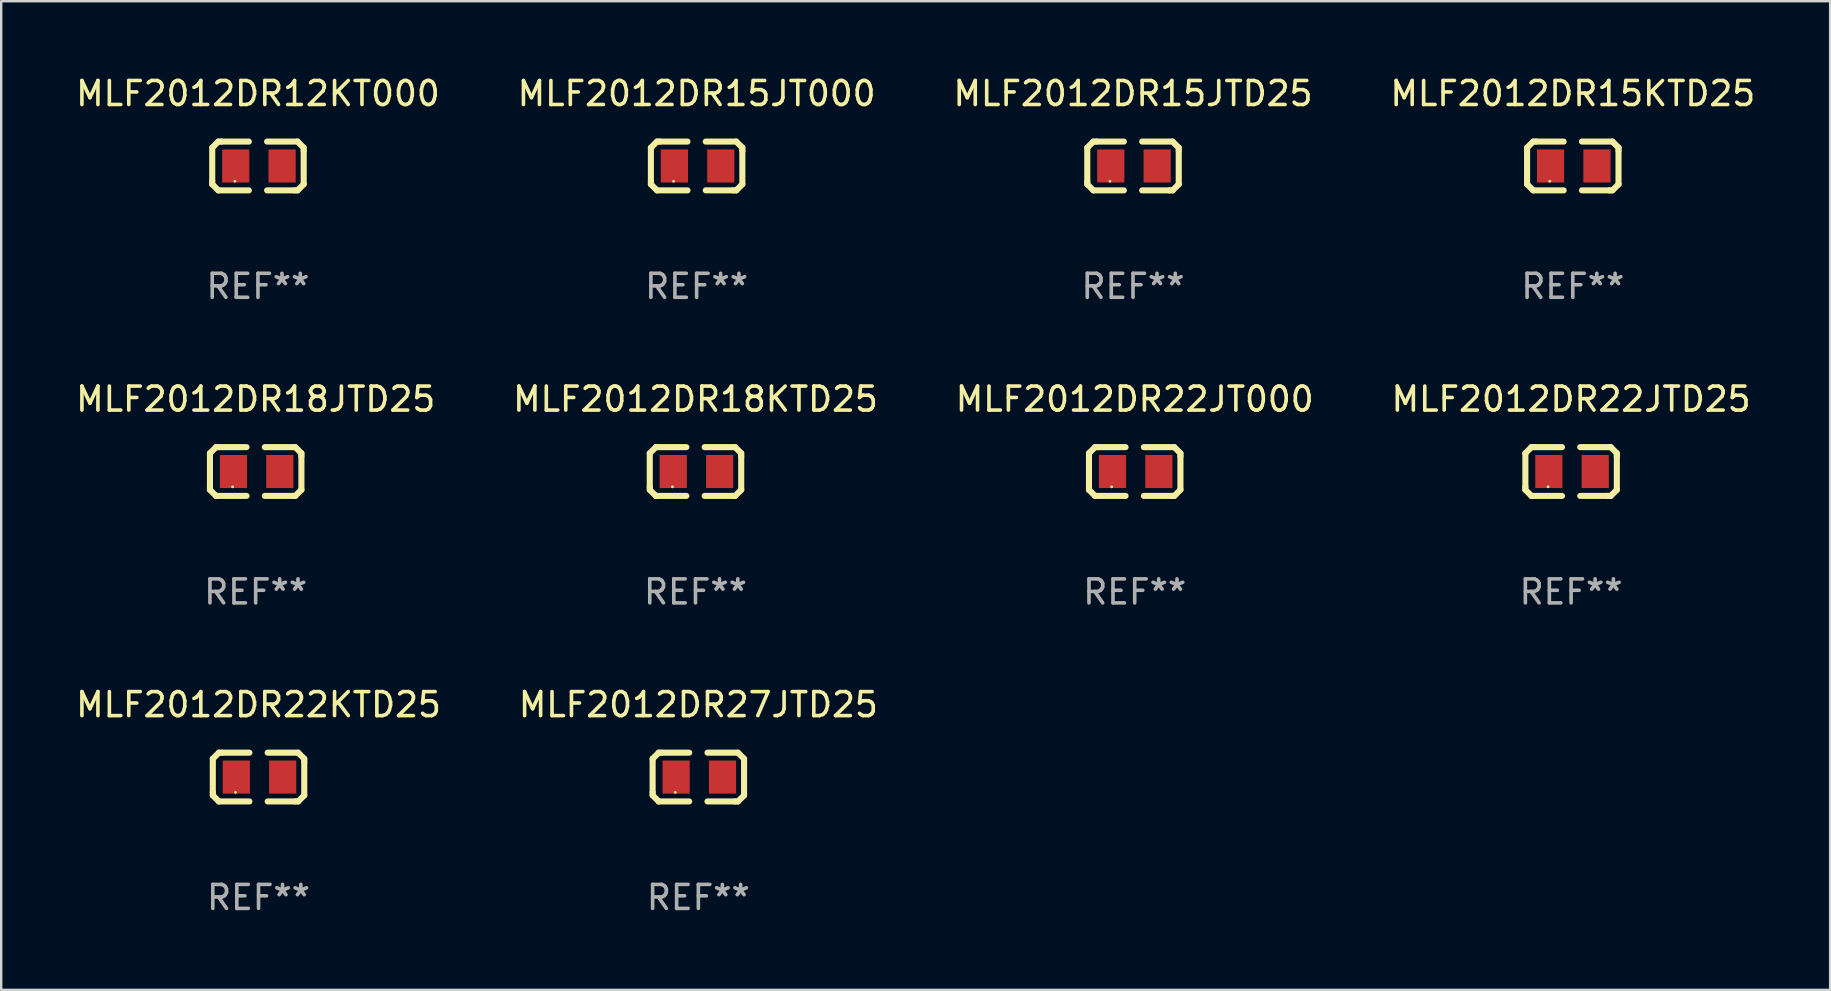
<source format=kicad_pcb>
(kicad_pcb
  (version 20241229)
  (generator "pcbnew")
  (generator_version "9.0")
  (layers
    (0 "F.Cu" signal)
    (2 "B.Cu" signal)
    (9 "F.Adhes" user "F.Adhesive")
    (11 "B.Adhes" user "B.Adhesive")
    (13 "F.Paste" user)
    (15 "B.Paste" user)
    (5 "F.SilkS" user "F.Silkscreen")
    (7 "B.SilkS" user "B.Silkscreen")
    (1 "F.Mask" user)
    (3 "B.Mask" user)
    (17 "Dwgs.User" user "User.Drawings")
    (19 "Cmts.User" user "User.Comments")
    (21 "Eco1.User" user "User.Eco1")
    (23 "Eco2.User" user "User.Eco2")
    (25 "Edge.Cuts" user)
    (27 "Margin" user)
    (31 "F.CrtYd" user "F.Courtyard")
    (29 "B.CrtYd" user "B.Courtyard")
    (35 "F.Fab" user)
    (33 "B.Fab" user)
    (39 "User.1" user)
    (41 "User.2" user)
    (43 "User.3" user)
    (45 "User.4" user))
  (footprint "MLF2012DR22JTD25"
    (layer "F.Cu")
    (at 62.399 16.593)
    (property "Reference" "MLF2012DR22JTD25" (at 0 -3.016 0) (layer "F.SilkS") (effects (font (size 1 1) (thickness 0.15))))
    (attr through_hole)
    (fp_line (start -1.905 -0.762) (end -1.905 0.635) (stroke (width 0.254) (type solid)) (layer "F.SilkS"))
    (fp_line (start -1.905 0.635) (end -1.905 0.762) (stroke (width 0.254) (type solid)) (layer "F.SilkS"))
    (fp_line (start -1.905 0.762) (end -1.651 1.016) (stroke (width 0.254) (type solid)) (layer "F.SilkS"))
    (fp_line (start -1.651 -1.016) (end -1.905 -0.762) (stroke (width 0.254) (type solid)) (layer "F.SilkS"))
    (fp_line (start -1.651 1.016) (end -0.381 1.016) (stroke (width 0.254) (type solid)) (layer "F.SilkS"))
    (fp_line (start -1.524 -1.016) (end -1.651 -1.016) (stroke (width 0.254) (type solid)) (layer "F.SilkS"))
    (fp_line (start -0.381 -1.016) (end -1.524 -1.016) (stroke (width 0.254) (type solid)) (layer "F.SilkS"))
    (fp_line (start 0.381 1.016) (end 1.524 1.016) (stroke (width 0.254) (type solid)) (layer "F.SilkS"))
    (fp_line (start 1.524 1.016) (end 1.651 1.016) (stroke (width 0.254) (type solid)) (layer "F.SilkS"))
    (fp_line (start 1.651 -1.016) (end 0.381 -1.016) (stroke (width 0.254) (type solid)) (layer "F.SilkS"))
    (fp_line (start 1.651 1.016) (end 1.905 0.762) (stroke (width 0.254) (type solid)) (layer "F.SilkS"))
    (fp_line (start 1.905 -0.762) (end 1.651 -1.016) (stroke (width 0.254) (type solid)) (layer "F.SilkS"))
    (fp_line (start 1.905 -0.635) (end 1.905 -0.762) (stroke (width 0.254) (type solid)) (layer "F.SilkS"))
    (fp_line (start 1.905 0.762) (end 1.905 -0.635) (stroke (width 0.254) (type solid)) (layer "F.SilkS"))
    (fp_circle (center -0.96 0.637) (end -0.93 0.637) (stroke (width 0.06) (type solid)) (fill no) (layer "F.SilkS"))
    (fp_text user "REF**" (at 0 5.016 0) (layer "F.Fab") (effects (font (size 1 1) (thickness 0.15))))
    (pad "1" smd rect (at -0.926 -0.000051) (size 1.133 1.377) (layers "F.Cu" "F.Mask" "F.Paste"))
    (pad "2" smd rect (at 1.006 -0.000051) (size 1.133 1.377) (layers "F.Cu" "F.Mask" "F.Paste")))
  (footprint "MLF2012DR27JTD25"
    (layer "F.Cu")
    (at 26.042 29.321)
    (property "Reference" "MLF2012DR27JTD25" (at 0 -3.016 0) (layer "F.SilkS") (effects (font (size 1 1) (thickness 0.15))))
    (attr through_hole)
    (fp_line (start -1.905 -0.762) (end -1.905 0.635) (stroke (width 0.254) (type solid)) (layer "F.SilkS"))
    (fp_line (start -1.905 0.635) (end -1.905 0.762) (stroke (width 0.254) (type solid)) (layer "F.SilkS"))
    (fp_line (start -1.905 0.762) (end -1.651 1.016) (stroke (width 0.254) (type solid)) (layer "F.SilkS"))
    (fp_line (start -1.651 -1.016) (end -1.905 -0.762) (stroke (width 0.254) (type solid)) (layer "F.SilkS"))
    (fp_line (start -1.651 1.016) (end -0.381 1.016) (stroke (width 0.254) (type solid)) (layer "F.SilkS"))
    (fp_line (start -1.524 -1.016) (end -1.651 -1.016) (stroke (width 0.254) (type solid)) (layer "F.SilkS"))
    (fp_line (start -0.381 -1.016) (end -1.524 -1.016) (stroke (width 0.254) (type solid)) (layer "F.SilkS"))
    (fp_line (start 0.381 1.016) (end 1.524 1.016) (stroke (width 0.254) (type solid)) (layer "F.SilkS"))
    (fp_line (start 1.524 1.016) (end 1.651 1.016) (stroke (width 0.254) (type solid)) (layer "F.SilkS"))
    (fp_line (start 1.651 -1.016) (end 0.381 -1.016) (stroke (width 0.254) (type solid)) (layer "F.SilkS"))
    (fp_line (start 1.651 1.016) (end 1.905 0.762) (stroke (width 0.254) (type solid)) (layer "F.SilkS"))
    (fp_line (start 1.905 -0.762) (end 1.651 -1.016) (stroke (width 0.254) (type solid)) (layer "F.SilkS"))
    (fp_line (start 1.905 -0.635) (end 1.905 -0.762) (stroke (width 0.254) (type solid)) (layer "F.SilkS"))
    (fp_line (start 1.905 0.762) (end 1.905 -0.635) (stroke (width 0.254) (type solid)) (layer "F.SilkS"))
    (fp_circle (center -0.96 0.637) (end -0.93 0.637) (stroke (width 0.06) (type solid)) (fill no) (layer "F.SilkS"))
    (fp_text user "REF**" (at 0 5.016 0) (layer "F.Fab") (effects (font (size 1 1) (thickness 0.15))))
    (pad "1" smd rect (at -0.926 -0.000051) (size 1.133 1.377) (layers "F.Cu" "F.Mask" "F.Paste"))
    (pad "2" smd rect (at 1.006 -0.000051) (size 1.133 1.377) (layers "F.Cu" "F.Mask" "F.Paste")))
  (footprint "MLF2012DR18KTD25"
    (layer "F.Cu")
    (at 25.923 16.593)
    (property "Reference" "MLF2012DR18KTD25" (at 0 -3.016 0) (layer "F.SilkS") (effects (font (size 1 1) (thickness 0.15))))
    (attr through_hole)
    (fp_line (start -1.905 -0.762) (end -1.905 0.635) (stroke (width 0.254) (type solid)) (layer "F.SilkS"))
    (fp_line (start -1.905 0.635) (end -1.905 0.762) (stroke (width 0.254) (type solid)) (layer "F.SilkS"))
    (fp_line (start -1.905 0.762) (end -1.651 1.016) (stroke (width 0.254) (type solid)) (layer "F.SilkS"))
    (fp_line (start -1.651 -1.016) (end -1.905 -0.762) (stroke (width 0.254) (type solid)) (layer "F.SilkS"))
    (fp_line (start -1.651 1.016) (end -0.381 1.016) (stroke (width 0.254) (type solid)) (layer "F.SilkS"))
    (fp_line (start -1.524 -1.016) (end -1.651 -1.016) (stroke (width 0.254) (type solid)) (layer "F.SilkS"))
    (fp_line (start -0.381 -1.016) (end -1.524 -1.016) (stroke (width 0.254) (type solid)) (layer "F.SilkS"))
    (fp_line (start 0.381 1.016) (end 1.524 1.016) (stroke (width 0.254) (type solid)) (layer "F.SilkS"))
    (fp_line (start 1.524 1.016) (end 1.651 1.016) (stroke (width 0.254) (type solid)) (layer "F.SilkS"))
    (fp_line (start 1.651 -1.016) (end 0.381 -1.016) (stroke (width 0.254) (type solid)) (layer "F.SilkS"))
    (fp_line (start 1.651 1.016) (end 1.905 0.762) (stroke (width 0.254) (type solid)) (layer "F.SilkS"))
    (fp_line (start 1.905 -0.762) (end 1.651 -1.016) (stroke (width 0.254) (type solid)) (layer "F.SilkS"))
    (fp_line (start 1.905 -0.635) (end 1.905 -0.762) (stroke (width 0.254) (type solid)) (layer "F.SilkS"))
    (fp_line (start 1.905 0.762) (end 1.905 -0.635) (stroke (width 0.254) (type solid)) (layer "F.SilkS"))
    (fp_circle (center -0.96 0.637) (end -0.93 0.637) (stroke (width 0.06) (type solid)) (fill no) (layer "F.SilkS"))
    (fp_text user "REF**" (at 0 5.016 0) (layer "F.Fab") (effects (font (size 1 1) (thickness 0.15))))
    (pad "1" smd rect (at -0.926 -0.000051) (size 1.133 1.377) (layers "F.Cu" "F.Mask" "F.Paste"))
    (pad "2" smd rect (at 1.006 -0.000051) (size 1.133 1.377) (layers "F.Cu" "F.Mask" "F.Paste")))
  (footprint "MLF2012DR18JTD25"
    (layer "F.Cu")
    (at 7.601 16.593)
    (property "Reference" "MLF2012DR18JTD25" (at 0 -3.016 0) (layer "F.SilkS") (effects (font (size 1 1) (thickness 0.15))))
    (attr through_hole)
    (fp_line (start -1.905 -0.762) (end -1.905 0.635) (stroke (width 0.254) (type solid)) (layer "F.SilkS"))
    (fp_line (start -1.905 0.635) (end -1.905 0.762) (stroke (width 0.254) (type solid)) (layer "F.SilkS"))
    (fp_line (start -1.905 0.762) (end -1.651 1.016) (stroke (width 0.254) (type solid)) (layer "F.SilkS"))
    (fp_line (start -1.651 -1.016) (end -1.905 -0.762) (stroke (width 0.254) (type solid)) (layer "F.SilkS"))
    (fp_line (start -1.651 1.016) (end -0.381 1.016) (stroke (width 0.254) (type solid)) (layer "F.SilkS"))
    (fp_line (start -1.524 -1.016) (end -1.651 -1.016) (stroke (width 0.254) (type solid)) (layer "F.SilkS"))
    (fp_line (start -0.381 -1.016) (end -1.524 -1.016) (stroke (width 0.254) (type solid)) (layer "F.SilkS"))
    (fp_line (start 0.381 1.016) (end 1.524 1.016) (stroke (width 0.254) (type solid)) (layer "F.SilkS"))
    (fp_line (start 1.524 1.016) (end 1.651 1.016) (stroke (width 0.254) (type solid)) (layer "F.SilkS"))
    (fp_line (start 1.651 -1.016) (end 0.381 -1.016) (stroke (width 0.254) (type solid)) (layer "F.SilkS"))
    (fp_line (start 1.651 1.016) (end 1.905 0.762) (stroke (width 0.254) (type solid)) (layer "F.SilkS"))
    (fp_line (start 1.905 -0.762) (end 1.651 -1.016) (stroke (width 0.254) (type solid)) (layer "F.SilkS"))
    (fp_line (start 1.905 -0.635) (end 1.905 -0.762) (stroke (width 0.254) (type solid)) (layer "F.SilkS"))
    (fp_line (start 1.905 0.762) (end 1.905 -0.635) (stroke (width 0.254) (type solid)) (layer "F.SilkS"))
    (fp_circle (center -0.96 0.637) (end -0.93 0.637) (stroke (width 0.06) (type solid)) (fill no) (layer "F.SilkS"))
    (fp_text user "REF**" (at 0 5.016 0) (layer "F.Fab") (effects (font (size 1 1) (thickness 0.15))))
    (pad "1" smd rect (at -0.926 -0.000051) (size 1.133 1.377) (layers "F.Cu" "F.Mask" "F.Paste"))
    (pad "2" smd rect (at 1.006 -0.000051) (size 1.133 1.377) (layers "F.Cu" "F.Mask" "F.Paste")))
  (footprint "MLF2012DR22JT000"
    (layer "F.Cu")
    (at 44.22 16.593)
    (property "Reference" "MLF2012DR22JT000" (at 0 -3.016 0) (layer "F.SilkS") (effects (font (size 1 1) (thickness 0.15))))
    (attr through_hole)
    (fp_line (start -1.905 -0.762) (end -1.905 0.635) (stroke (width 0.254) (type solid)) (layer "F.SilkS"))
    (fp_line (start -1.905 0.635) (end -1.905 0.762) (stroke (width 0.254) (type solid)) (layer "F.SilkS"))
    (fp_line (start -1.905 0.762) (end -1.651 1.016) (stroke (width 0.254) (type solid)) (layer "F.SilkS"))
    (fp_line (start -1.651 -1.016) (end -1.905 -0.762) (stroke (width 0.254) (type solid)) (layer "F.SilkS"))
    (fp_line (start -1.651 1.016) (end -0.381 1.016) (stroke (width 0.254) (type solid)) (layer "F.SilkS"))
    (fp_line (start -1.524 -1.016) (end -1.651 -1.016) (stroke (width 0.254) (type solid)) (layer "F.SilkS"))
    (fp_line (start -0.381 -1.016) (end -1.524 -1.016) (stroke (width 0.254) (type solid)) (layer "F.SilkS"))
    (fp_line (start 0.381 1.016) (end 1.524 1.016) (stroke (width 0.254) (type solid)) (layer "F.SilkS"))
    (fp_line (start 1.524 1.016) (end 1.651 1.016) (stroke (width 0.254) (type solid)) (layer "F.SilkS"))
    (fp_line (start 1.651 -1.016) (end 0.381 -1.016) (stroke (width 0.254) (type solid)) (layer "F.SilkS"))
    (fp_line (start 1.651 1.016) (end 1.905 0.762) (stroke (width 0.254) (type solid)) (layer "F.SilkS"))
    (fp_line (start 1.905 -0.762) (end 1.651 -1.016) (stroke (width 0.254) (type solid)) (layer "F.SilkS"))
    (fp_line (start 1.905 -0.635) (end 1.905 -0.762) (stroke (width 0.254) (type solid)) (layer "F.SilkS"))
    (fp_line (start 1.905 0.762) (end 1.905 -0.635) (stroke (width 0.254) (type solid)) (layer "F.SilkS"))
    (fp_circle (center -0.96 0.637) (end -0.93 0.637) (stroke (width 0.06) (type solid)) (fill no) (layer "F.SilkS"))
    (fp_text user "REF**" (at 0 5.016 0) (layer "F.Fab") (effects (font (size 1 1) (thickness 0.15))))
    (pad "1" smd rect (at -0.926 -0.000051) (size 1.133 1.377) (layers "F.Cu" "F.Mask" "F.Paste"))
    (pad "2" smd rect (at 1.006 -0.000051) (size 1.133 1.377) (layers "F.Cu" "F.Mask" "F.Paste")))
  (footprint "MLF2012DR15JTD25"
    (layer "F.Cu")
    (at 44.149 3.864)
    (property "Reference" "MLF2012DR15JTD25" (at 0 -3.016 0) (layer "F.SilkS") (effects (font (size 1 1) (thickness 0.15))))
    (attr through_hole)
    (fp_line (start -1.905 -0.762) (end -1.905 0.635) (stroke (width 0.254) (type solid)) (layer "F.SilkS"))
    (fp_line (start -1.905 0.635) (end -1.905 0.762) (stroke (width 0.254) (type solid)) (layer "F.SilkS"))
    (fp_line (start -1.905 0.762) (end -1.651 1.016) (stroke (width 0.254) (type solid)) (layer "F.SilkS"))
    (fp_line (start -1.651 -1.016) (end -1.905 -0.762) (stroke (width 0.254) (type solid)) (layer "F.SilkS"))
    (fp_line (start -1.651 1.016) (end -0.381 1.016) (stroke (width 0.254) (type solid)) (layer "F.SilkS"))
    (fp_line (start -1.524 -1.016) (end -1.651 -1.016) (stroke (width 0.254) (type solid)) (layer "F.SilkS"))
    (fp_line (start -0.381 -1.016) (end -1.524 -1.016) (stroke (width 0.254) (type solid)) (layer "F.SilkS"))
    (fp_line (start 0.381 1.016) (end 1.524 1.016) (stroke (width 0.254) (type solid)) (layer "F.SilkS"))
    (fp_line (start 1.524 1.016) (end 1.651 1.016) (stroke (width 0.254) (type solid)) (layer "F.SilkS"))
    (fp_line (start 1.651 -1.016) (end 0.381 -1.016) (stroke (width 0.254) (type solid)) (layer "F.SilkS"))
    (fp_line (start 1.651 1.016) (end 1.905 0.762) (stroke (width 0.254) (type solid)) (layer "F.SilkS"))
    (fp_line (start 1.905 -0.762) (end 1.651 -1.016) (stroke (width 0.254) (type solid)) (layer "F.SilkS"))
    (fp_line (start 1.905 -0.635) (end 1.905 -0.762) (stroke (width 0.254) (type solid)) (layer "F.SilkS"))
    (fp_line (start 1.905 0.762) (end 1.905 -0.635) (stroke (width 0.254) (type solid)) (layer "F.SilkS"))
    (fp_circle (center -0.96 0.637) (end -0.93 0.637) (stroke (width 0.06) (type solid)) (fill no) (layer "F.SilkS"))
    (fp_text user "REF**" (at 0 5.016 0) (layer "F.Fab") (effects (font (size 1 1) (thickness 0.15))))
    (pad "1" smd rect (at -0.926 -0.000051) (size 1.133 1.377) (layers "F.Cu" "F.Mask" "F.Paste"))
    (pad "2" smd rect (at 1.006 -0.000051) (size 1.133 1.377) (layers "F.Cu" "F.Mask" "F.Paste")))
  (footprint "MLF2012DR12KT000"
    (layer "F.Cu")
    (at 7.696 3.864)
    (property "Reference" "MLF2012DR12KT000" (at 0 -3.016 0) (layer "F.SilkS") (effects (font (size 1 1) (thickness 0.15))))
    (attr through_hole)
    (fp_line (start -1.905 -0.762) (end -1.905 0.635) (stroke (width 0.254) (type solid)) (layer "F.SilkS"))
    (fp_line (start -1.905 0.635) (end -1.905 0.762) (stroke (width 0.254) (type solid)) (layer "F.SilkS"))
    (fp_line (start -1.905 0.762) (end -1.651 1.016) (stroke (width 0.254) (type solid)) (layer "F.SilkS"))
    (fp_line (start -1.651 -1.016) (end -1.905 -0.762) (stroke (width 0.254) (type solid)) (layer "F.SilkS"))
    (fp_line (start -1.651 1.016) (end -0.381 1.016) (stroke (width 0.254) (type solid)) (layer "F.SilkS"))
    (fp_line (start -1.524 -1.016) (end -1.651 -1.016) (stroke (width 0.254) (type solid)) (layer "F.SilkS"))
    (fp_line (start -0.381 -1.016) (end -1.524 -1.016) (stroke (width 0.254) (type solid)) (layer "F.SilkS"))
    (fp_line (start 0.381 1.016) (end 1.524 1.016) (stroke (width 0.254) (type solid)) (layer "F.SilkS"))
    (fp_line (start 1.524 1.016) (end 1.651 1.016) (stroke (width 0.254) (type solid)) (layer "F.SilkS"))
    (fp_line (start 1.651 -1.016) (end 0.381 -1.016) (stroke (width 0.254) (type solid)) (layer "F.SilkS"))
    (fp_line (start 1.651 1.016) (end 1.905 0.762) (stroke (width 0.254) (type solid)) (layer "F.SilkS"))
    (fp_line (start 1.905 -0.762) (end 1.651 -1.016) (stroke (width 0.254) (type solid)) (layer "F.SilkS"))
    (fp_line (start 1.905 -0.635) (end 1.905 -0.762) (stroke (width 0.254) (type solid)) (layer "F.SilkS"))
    (fp_line (start 1.905 0.762) (end 1.905 -0.635) (stroke (width 0.254) (type solid)) (layer "F.SilkS"))
    (fp_circle (center -0.96 0.637) (end -0.93 0.637) (stroke (width 0.06) (type solid)) (fill no) (layer "F.SilkS"))
    (fp_text user "REF**" (at 0 5.016 0) (layer "F.Fab") (effects (font (size 1 1) (thickness 0.15))))
    (pad "1" smd rect (at -0.926 -0.000051) (size 1.133 1.377) (layers "F.Cu" "F.Mask" "F.Paste"))
    (pad "2" smd rect (at 1.006 -0.000051) (size 1.133 1.377) (layers "F.Cu" "F.Mask" "F.Paste")))
  (footprint "MLF2012DR22KTD25"
    (layer "F.Cu")
    (at 7.72 29.321)
    (property "Reference" "MLF2012DR22KTD25" (at 0 -3.016 0) (layer "F.SilkS") (effects (font (size 1 1) (thickness 0.15))))
    (attr through_hole)
    (fp_line (start -1.905 -0.762) (end -1.905 0.635) (stroke (width 0.254) (type solid)) (layer "F.SilkS"))
    (fp_line (start -1.905 0.635) (end -1.905 0.762) (stroke (width 0.254) (type solid)) (layer "F.SilkS"))
    (fp_line (start -1.905 0.762) (end -1.651 1.016) (stroke (width 0.254) (type solid)) (layer "F.SilkS"))
    (fp_line (start -1.651 -1.016) (end -1.905 -0.762) (stroke (width 0.254) (type solid)) (layer "F.SilkS"))
    (fp_line (start -1.651 1.016) (end -0.381 1.016) (stroke (width 0.254) (type solid)) (layer "F.SilkS"))
    (fp_line (start -1.524 -1.016) (end -1.651 -1.016) (stroke (width 0.254) (type solid)) (layer "F.SilkS"))
    (fp_line (start -0.381 -1.016) (end -1.524 -1.016) (stroke (width 0.254) (type solid)) (layer "F.SilkS"))
    (fp_line (start 0.381 1.016) (end 1.524 1.016) (stroke (width 0.254) (type solid)) (layer "F.SilkS"))
    (fp_line (start 1.524 1.016) (end 1.651 1.016) (stroke (width 0.254) (type solid)) (layer "F.SilkS"))
    (fp_line (start 1.651 -1.016) (end 0.381 -1.016) (stroke (width 0.254) (type solid)) (layer "F.SilkS"))
    (fp_line (start 1.651 1.016) (end 1.905 0.762) (stroke (width 0.254) (type solid)) (layer "F.SilkS"))
    (fp_line (start 1.905 -0.762) (end 1.651 -1.016) (stroke (width 0.254) (type solid)) (layer "F.SilkS"))
    (fp_line (start 1.905 -0.635) (end 1.905 -0.762) (stroke (width 0.254) (type solid)) (layer "F.SilkS"))
    (fp_line (start 1.905 0.762) (end 1.905 -0.635) (stroke (width 0.254) (type solid)) (layer "F.SilkS"))
    (fp_circle (center -0.96 0.637) (end -0.93 0.637) (stroke (width 0.06) (type solid)) (fill no) (layer "F.SilkS"))
    (fp_text user "REF**" (at 0 5.016 0) (layer "F.Fab") (effects (font (size 1 1) (thickness 0.15))))
    (pad "1" smd rect (at -0.926 -0.000051) (size 1.133 1.377) (layers "F.Cu" "F.Mask" "F.Paste"))
    (pad "2" smd rect (at 1.006 -0.000051) (size 1.133 1.377) (layers "F.Cu" "F.Mask" "F.Paste")))
  (footprint "MLF2012DR15JT000"
    (layer "F.Cu")
    (at 25.97 3.864)
    (property "Reference" "MLF2012DR15JT000" (at 0 -3.016 0) (layer "F.SilkS") (effects (font (size 1 1) (thickness 0.15))))
    (attr through_hole)
    (fp_line (start -1.905 -0.762) (end -1.905 0.635) (stroke (width 0.254) (type solid)) (layer "F.SilkS"))
    (fp_line (start -1.905 0.635) (end -1.905 0.762) (stroke (width 0.254) (type solid)) (layer "F.SilkS"))
    (fp_line (start -1.905 0.762) (end -1.651 1.016) (stroke (width 0.254) (type solid)) (layer "F.SilkS"))
    (fp_line (start -1.651 -1.016) (end -1.905 -0.762) (stroke (width 0.254) (type solid)) (layer "F.SilkS"))
    (fp_line (start -1.651 1.016) (end -0.381 1.016) (stroke (width 0.254) (type solid)) (layer "F.SilkS"))
    (fp_line (start -1.524 -1.016) (end -1.651 -1.016) (stroke (width 0.254) (type solid)) (layer "F.SilkS"))
    (fp_line (start -0.381 -1.016) (end -1.524 -1.016) (stroke (width 0.254) (type solid)) (layer "F.SilkS"))
    (fp_line (start 0.381 1.016) (end 1.524 1.016) (stroke (width 0.254) (type solid)) (layer "F.SilkS"))
    (fp_line (start 1.524 1.016) (end 1.651 1.016) (stroke (width 0.254) (type solid)) (layer "F.SilkS"))
    (fp_line (start 1.651 -1.016) (end 0.381 -1.016) (stroke (width 0.254) (type solid)) (layer "F.SilkS"))
    (fp_line (start 1.651 1.016) (end 1.905 0.762) (stroke (width 0.254) (type solid)) (layer "F.SilkS"))
    (fp_line (start 1.905 -0.762) (end 1.651 -1.016) (stroke (width 0.254) (type solid)) (layer "F.SilkS"))
    (fp_line (start 1.905 -0.635) (end 1.905 -0.762) (stroke (width 0.254) (type solid)) (layer "F.SilkS"))
    (fp_line (start 1.905 0.762) (end 1.905 -0.635) (stroke (width 0.254) (type solid)) (layer "F.SilkS"))
    (fp_circle (center -0.96 0.637) (end -0.93 0.637) (stroke (width 0.06) (type solid)) (fill no) (layer "F.SilkS"))
    (fp_text user "REF**" (at 0 5.016 0) (layer "F.Fab") (effects (font (size 1 1) (thickness 0.15))))
    (pad "1" smd rect (at -0.926 -0.000051) (size 1.133 1.377) (layers "F.Cu" "F.Mask" "F.Paste"))
    (pad "2" smd rect (at 1.006 -0.000051) (size 1.133 1.377) (layers "F.Cu" "F.Mask" "F.Paste")))
  (footprint "MLF2012DR15KTD25"
    (layer "F.Cu")
    (at 62.47 3.864)
    (property "Reference" "MLF2012DR15KTD25" (at 0 -3.016 0) (layer "F.SilkS") (effects (font (size 1 1) (thickness 0.15))))
    (attr through_hole)
    (fp_line (start -1.905 -0.762) (end -1.905 0.635) (stroke (width 0.254) (type solid)) (layer "F.SilkS"))
    (fp_line (start -1.905 0.635) (end -1.905 0.762) (stroke (width 0.254) (type solid)) (layer "F.SilkS"))
    (fp_line (start -1.905 0.762) (end -1.651 1.016) (stroke (width 0.254) (type solid)) (layer "F.SilkS"))
    (fp_line (start -1.651 -1.016) (end -1.905 -0.762) (stroke (width 0.254) (type solid)) (layer "F.SilkS"))
    (fp_line (start -1.651 1.016) (end -0.381 1.016) (stroke (width 0.254) (type solid)) (layer "F.SilkS"))
    (fp_line (start -1.524 -1.016) (end -1.651 -1.016) (stroke (width 0.254) (type solid)) (layer "F.SilkS"))
    (fp_line (start -0.381 -1.016) (end -1.524 -1.016) (stroke (width 0.254) (type solid)) (layer "F.SilkS"))
    (fp_line (start 0.381 1.016) (end 1.524 1.016) (stroke (width 0.254) (type solid)) (layer "F.SilkS"))
    (fp_line (start 1.524 1.016) (end 1.651 1.016) (stroke (width 0.254) (type solid)) (layer "F.SilkS"))
    (fp_line (start 1.651 -1.016) (end 0.381 -1.016) (stroke (width 0.254) (type solid)) (layer "F.SilkS"))
    (fp_line (start 1.651 1.016) (end 1.905 0.762) (stroke (width 0.254) (type solid)) (layer "F.SilkS"))
    (fp_line (start 1.905 -0.762) (end 1.651 -1.016) (stroke (width 0.254) (type solid)) (layer "F.SilkS"))
    (fp_line (start 1.905 -0.635) (end 1.905 -0.762) (stroke (width 0.254) (type solid)) (layer "F.SilkS"))
    (fp_line (start 1.905 0.762) (end 1.905 -0.635) (stroke (width 0.254) (type solid)) (layer "F.SilkS"))
    (fp_circle (center -0.96 0.637) (end -0.93 0.637) (stroke (width 0.06) (type solid)) (fill no) (layer "F.SilkS"))
    (fp_text user "REF**" (at 0 5.016 0) (layer "F.Fab") (effects (font (size 1 1) (thickness 0.15))))
    (pad "1" smd rect (at -0.926 -0.000051) (size 1.133 1.377) (layers "F.Cu" "F.Mask" "F.Paste"))
    (pad "2" smd rect (at 1.006 -0.000051) (size 1.133 1.377) (layers "F.Cu" "F.Mask" "F.Paste")))
  (gr_rect
    (start -3 -3)
    (end 73.19 38.186)
    (stroke (width 0.1) (type default))
    (fill no)
    (layer "Edge.Cuts")))
</source>
